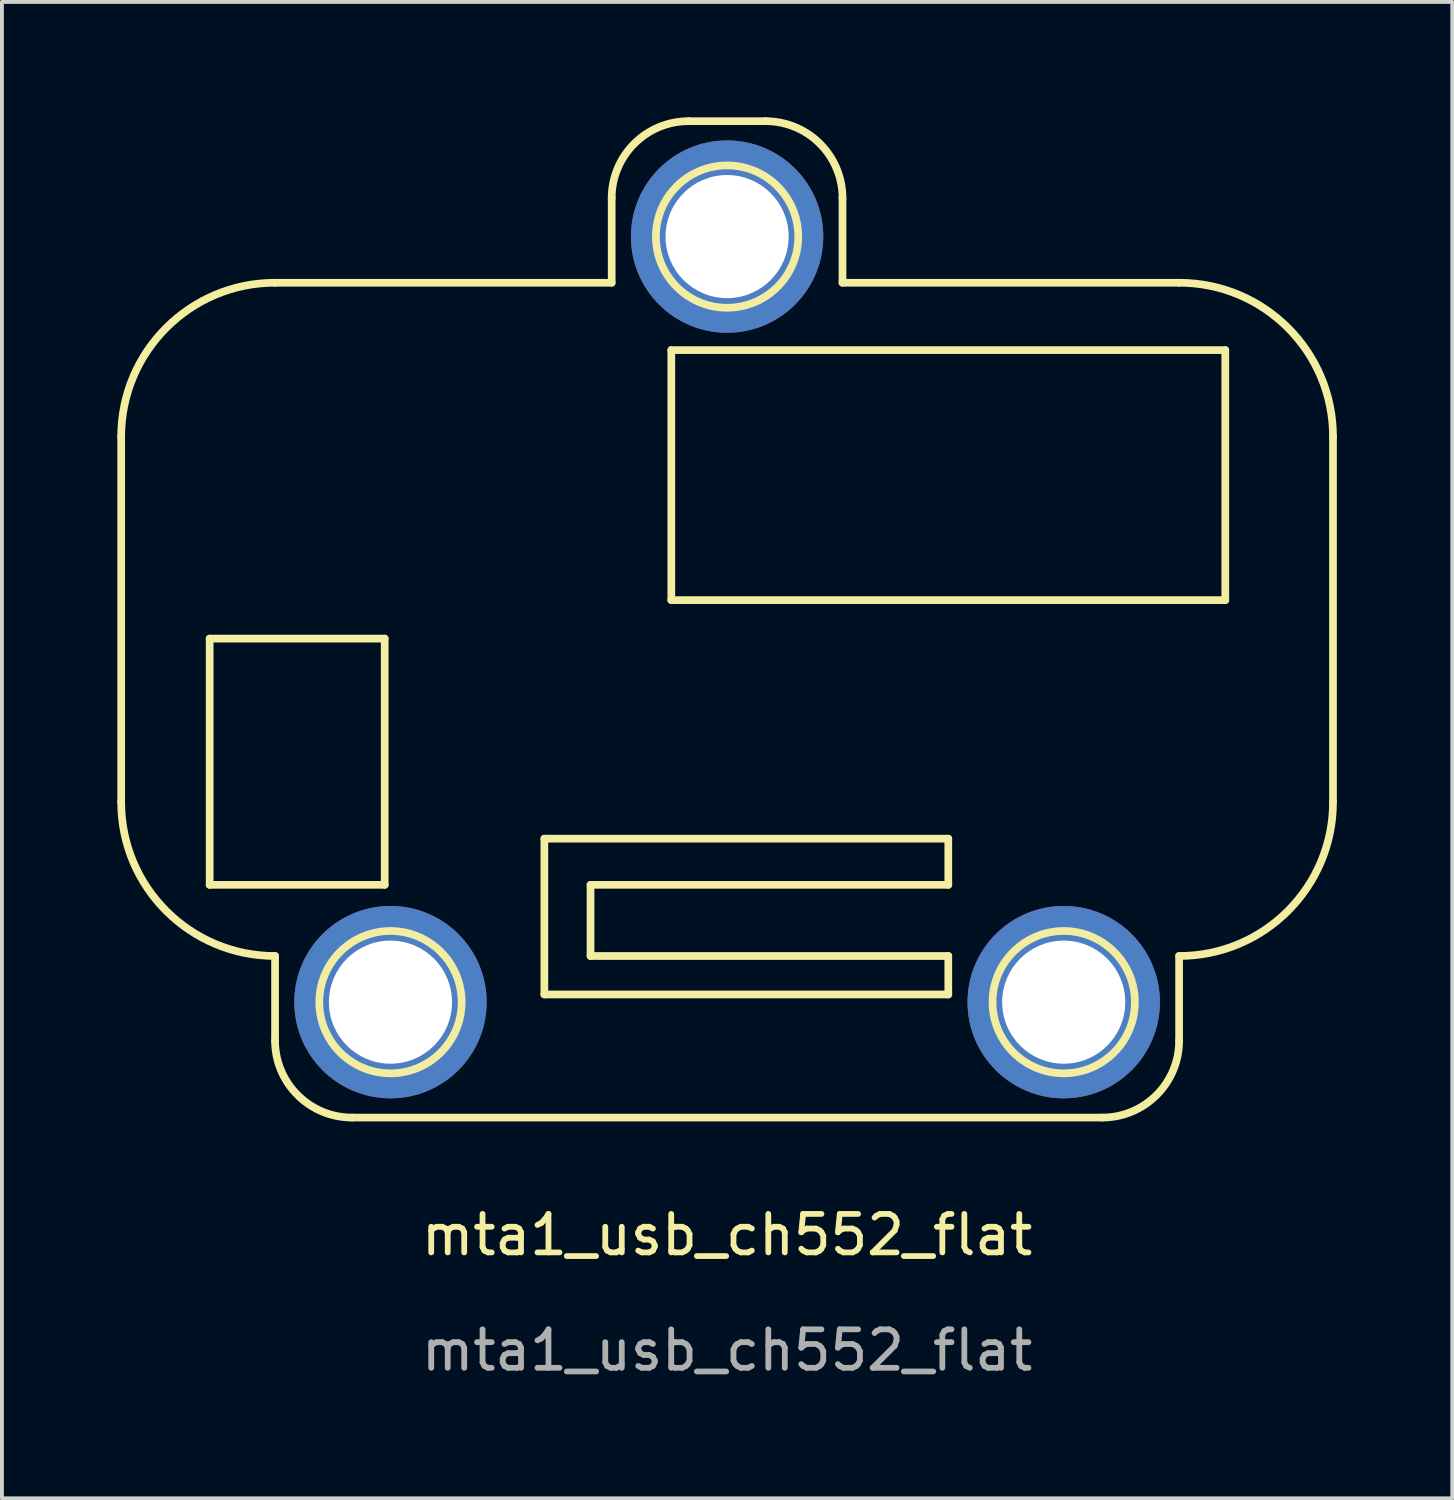
<source format=kicad_pcb>
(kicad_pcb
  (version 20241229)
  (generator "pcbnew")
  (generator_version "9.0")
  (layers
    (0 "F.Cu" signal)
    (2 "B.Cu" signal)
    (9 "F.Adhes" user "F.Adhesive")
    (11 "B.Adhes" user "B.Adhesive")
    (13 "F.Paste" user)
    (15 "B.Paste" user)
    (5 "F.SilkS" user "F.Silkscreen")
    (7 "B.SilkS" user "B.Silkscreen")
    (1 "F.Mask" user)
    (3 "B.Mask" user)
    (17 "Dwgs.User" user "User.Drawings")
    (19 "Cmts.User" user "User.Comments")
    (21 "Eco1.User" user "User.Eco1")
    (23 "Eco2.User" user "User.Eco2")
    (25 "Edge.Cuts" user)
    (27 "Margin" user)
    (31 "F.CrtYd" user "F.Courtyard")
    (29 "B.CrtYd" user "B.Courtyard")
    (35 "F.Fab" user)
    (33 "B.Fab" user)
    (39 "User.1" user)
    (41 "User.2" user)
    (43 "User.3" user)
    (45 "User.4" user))
  (footprint "mta1_usb_ch552_flat"
    (layer "F.Cu")
    (at 15.85 13.05)
    (property "Reference" "mta1_usb_ch552_flat" (at 0 16 0) (unlocked yes) (layer "F.SilkS") (effects (font (size 1 1) (thickness 0.15))))
    (attr through_hole)
    (fp_line (start -15.75 4.75) (end -15.75 -4.75) (stroke (width 0.2) (type solid)) (layer "F.SilkS"))
    (fp_line (start -13.45 0.5) (end -13.45 6.9) (stroke (width 0.2) (type solid)) (layer "F.SilkS"))
    (fp_line (start -13.45 6.9) (end -8.9 6.9) (stroke (width 0.2) (type solid)) (layer "F.SilkS"))
    (fp_line (start -11.75 -8.75) (end -3 -8.75) (stroke (width 0.2) (type solid)) (layer "F.SilkS"))
    (fp_line (start -11.75 10.95) (end -11.75 8.75) (stroke (width 0.2) (type solid)) (layer "F.SilkS"))
    (fp_line (start -8.9 0.5) (end -13.45 0.5) (stroke (width 0.2) (type solid)) (layer "F.SilkS"))
    (fp_line (start -8.9 6.9) (end -8.9 0.5) (stroke (width 0.2) (type solid)) (layer "F.SilkS"))
    (fp_line (start -4.75 5.7) (end -4.75 9.75) (stroke (width 0.2) (type solid)) (layer "F.SilkS"))
    (fp_line (start -4.75 9.75) (end 5.75 9.75) (stroke (width 0.2) (type solid)) (layer "F.SilkS"))
    (fp_line (start -3.55 6.9) (end 5.75 6.9) (stroke (width 0.2) (type solid)) (layer "F.SilkS"))
    (fp_line (start -3.55 8.75) (end -3.55 6.9) (stroke (width 0.2) (type solid)) (layer "F.SilkS"))
    (fp_line (start -3 -8.75) (end -3 -10.95) (stroke (width 0.2) (type solid)) (layer "F.SilkS"))
    (fp_line (start -1.45 -7) (end -1.45 -0.5) (stroke (width 0.2) (type solid)) (layer "F.SilkS"))
    (fp_line (start -1.45 -0.5) (end 12.95 -0.5) (stroke (width 0.2) (type solid)) (layer "F.SilkS"))
    (fp_line (start -1 -12.95) (end 1 -12.95) (stroke (width 0.2) (type solid)) (layer "F.SilkS"))
    (fp_line (start 3 -10.95) (end 3 -8.75) (stroke (width 0.2) (type solid)) (layer "F.SilkS"))
    (fp_line (start 3 -8.75) (end 11.75 -8.75) (stroke (width 0.2) (type solid)) (layer "F.SilkS"))
    (fp_line (start 5.75 5.7) (end -4.75 5.7) (stroke (width 0.2) (type solid)) (layer "F.SilkS"))
    (fp_line (start 5.75 6.9) (end 5.75 5.7) (stroke (width 0.2) (type solid)) (layer "F.SilkS"))
    (fp_line (start 5.75 8.75) (end -3.55 8.75) (stroke (width 0.2) (type solid)) (layer "F.SilkS"))
    (fp_line (start 5.75 9.75) (end 5.75 8.75) (stroke (width 0.2) (type solid)) (layer "F.SilkS"))
    (fp_line (start 9.75 12.95) (end -9.75 12.95) (stroke (width 0.2) (type solid)) (layer "F.SilkS"))
    (fp_line (start 11.75 8.75) (end 11.75 10.95) (stroke (width 0.2) (type solid)) (layer "F.SilkS"))
    (fp_line (start 12.95 -7) (end -1.45 -7) (stroke (width 0.2) (type solid)) (layer "F.SilkS"))
    (fp_line (start 12.95 -0.5) (end 12.95 -7) (stroke (width 0.2) (type solid)) (layer "F.SilkS"))
    (fp_line (start 15.75 -4.75) (end 15.75 4.75) (stroke (width 0.2) (type solid)) (layer "F.SilkS"))
    (fp_arc (start -15.75 -4.75) (mid -14.578427 -7.578427) (end -11.75 -8.75) (stroke (width 0.2) (type solid)) (layer "F.SilkS"))
    (fp_arc (start -11.75 8.75) (mid -14.578427 7.578427) (end -15.75 4.75) (stroke (width 0.2) (type solid)) (layer "F.SilkS"))
    (fp_arc (start -9.75 12.95) (mid -11.164214 12.364214) (end -11.75 10.95) (stroke (width 0.2) (type solid)) (layer "F.SilkS"))
    (fp_arc (start -3 -10.95) (mid -2.414214 -12.364214) (end -1 -12.95) (stroke (width 0.2) (type solid)) (layer "F.SilkS"))
    (fp_arc (start 1 -12.95) (mid 2.414214 -12.364214) (end 3 -10.95) (stroke (width 0.2) (type solid)) (layer "F.SilkS"))
    (fp_arc (start 11.75 -8.75) (mid 14.578427 -7.578427) (end 15.75 -4.75) (stroke (width 0.2) (type solid)) (layer "F.SilkS"))
    (fp_arc (start 11.75 10.95) (mid 11.164214 12.364214) (end 9.75 12.95) (stroke (width 0.2) (type solid)) (layer "F.SilkS"))
    (fp_arc (start 15.75 4.75) (mid 14.578427 7.578427) (end 11.75 8.75) (stroke (width 0.2) (type solid)) (layer "F.SilkS"))
    (fp_circle (center -8.75 9.95) (end -6.9 9.95) (stroke (width 0.2) (type solid)) (fill no) (layer "F.SilkS"))
    (fp_circle (center 0 -9.95) (end 1.85 -9.95) (stroke (width 0.2) (type solid)) (fill no) (layer "F.SilkS"))
    (fp_circle (center 8.75 9.95) (end 10.6 9.95) (stroke (width 0.2) (type solid)) (fill no) (layer "F.SilkS"))
    (fp_text user "${REFERENCE}" (at 0 19 0) (unlocked yes) (layer "F.Fab") (effects (font (size 1 1) (thickness 0.15))))
    (pad "M1" thru_hole circle (at 0 -9.95) (size 5 5) (drill 3.2) (layers "*.Cu" "*.Mask"))
    (pad "M2" thru_hole circle (at -8.75 9.95) (size 5 5) (drill 3.2) (layers "*.Cu" "*.Mask"))
    (pad "M3" thru_hole circle (at 8.75 9.95) (size 5 5) (drill 3.2) (layers "*.Cu" "*.Mask")))
  (gr_rect
    (start -3 -3)
    (end 34.7 35.898)
    (stroke (width 0.1) (type default))
    (fill no)
    (layer "Edge.Cuts")))
</source>
